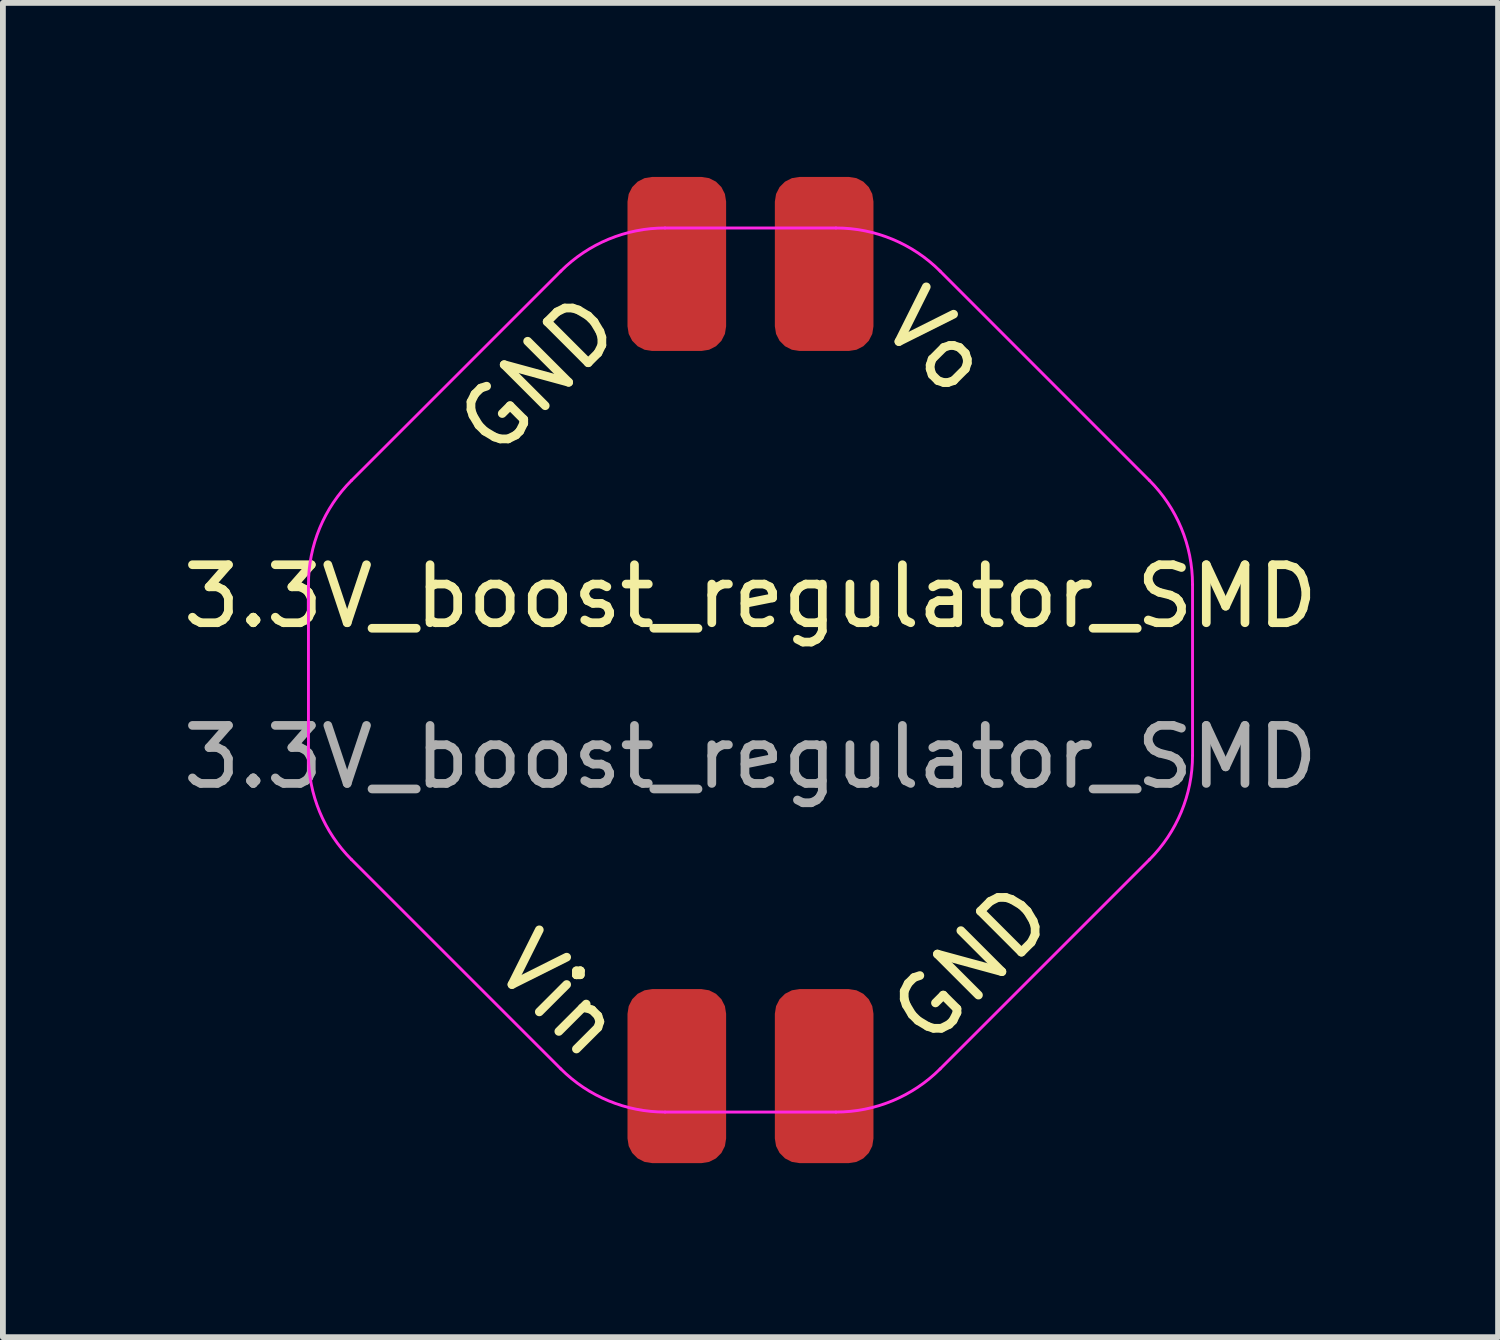
<source format=kicad_pcb>
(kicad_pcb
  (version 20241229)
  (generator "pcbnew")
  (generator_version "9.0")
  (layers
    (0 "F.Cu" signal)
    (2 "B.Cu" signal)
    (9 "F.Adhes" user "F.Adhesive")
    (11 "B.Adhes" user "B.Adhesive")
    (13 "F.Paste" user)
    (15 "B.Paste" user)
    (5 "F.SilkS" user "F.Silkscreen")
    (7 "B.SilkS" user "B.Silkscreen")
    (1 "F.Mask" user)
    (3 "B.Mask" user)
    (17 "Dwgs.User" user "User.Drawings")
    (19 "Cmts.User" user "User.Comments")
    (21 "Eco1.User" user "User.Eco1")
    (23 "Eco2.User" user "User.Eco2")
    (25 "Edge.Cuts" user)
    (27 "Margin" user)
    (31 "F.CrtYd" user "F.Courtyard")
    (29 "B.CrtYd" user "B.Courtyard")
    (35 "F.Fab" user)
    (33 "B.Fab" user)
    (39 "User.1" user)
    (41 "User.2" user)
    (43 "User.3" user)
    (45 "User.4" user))
  (footprint "3.3V_boost_regulator_SMD"
    (layer "F.Cu")
    (at 9.887 8.5)
    (property "Reference" "3.3V_boost_regulator_SMD" (at 0 -1.27 0) (unlocked yes) (layer "F.SilkS") (effects (font (size 1 1) (thickness 0.15))))
    (attr smd)
    (fp_line (start -7.62 -1.473) (end -7.62 1.473) (stroke (width 0.05) (type solid)) (layer "F.CrtYd"))
    (fp_line (start -6.876 3.269) (end -3.269 6.876) (stroke (width 0.05) (type solid)) (layer "F.CrtYd"))
    (fp_line (start -3.269 -6.876) (end -6.876 -3.269) (stroke (width 0.05) (type solid)) (layer "F.CrtYd"))
    (fp_line (start -1.473 7.62) (end 1.473 7.62) (stroke (width 0.05) (type solid)) (layer "F.CrtYd"))
    (fp_line (start 1.473 -7.62) (end -1.473 -7.62) (stroke (width 0.05) (type solid)) (layer "F.CrtYd"))
    (fp_line (start 3.269 6.876) (end 6.876 3.269) (stroke (width 0.05) (type solid)) (layer "F.CrtYd"))
    (fp_line (start 6.876 -3.269) (end 3.269 -6.876) (stroke (width 0.05) (type solid)) (layer "F.CrtYd"))
    (fp_line (start 7.62 1.473) (end 7.62 -1.473) (stroke (width 0.05) (type solid)) (layer "F.CrtYd"))
    (fp_arc (start -7.62 -1.4732) (mid -7.426654 -2.445216) (end -6.876051 -3.269251) (stroke (width 0.05) (type solid)) (layer "F.CrtYd"))
    (fp_arc (start -6.876051 3.269251) (mid -7.426653 2.445216) (end -7.62 1.4732) (stroke (width 0.05) (type solid)) (layer "F.CrtYd"))
    (fp_arc (start -3.269251 -6.876051) (mid -2.445216 -7.426653) (end -1.4732 -7.62) (stroke (width 0.05) (type solid)) (layer "F.CrtYd"))
    (fp_arc (start -1.4732 7.62) (mid -2.445216 7.426654) (end -3.269251 6.876051) (stroke (width 0.05) (type solid)) (layer "F.CrtYd"))
    (fp_arc (start 1.4732 -7.62) (mid 2.445216 -7.426654) (end 3.269251 -6.876051) (stroke (width 0.05) (type solid)) (layer "F.CrtYd"))
    (fp_arc (start 3.269251 6.876051) (mid 2.445216 7.426653) (end 1.4732 7.62) (stroke (width 0.05) (type solid)) (layer "F.CrtYd"))
    (fp_arc (start 6.876051 -3.269251) (mid 7.426653 -2.445216) (end 7.62 -1.4732) (stroke (width 0.05) (type solid)) (layer "F.CrtYd"))
    (fp_arc (start 7.62 1.4732) (mid 7.426654 2.445216) (end 6.876051 3.269251) (stroke (width 0.05) (type solid)) (layer "F.CrtYd"))
    (fp_rect (start 1.658 1.997) (end 3.408 0.547) (stroke (width 0.15) (type solid)) (fill no) (layer "User.1"))
    (fp_text user "Vin" (at -3.302 5.588 315) (unlocked yes) (layer "F.SilkS") (effects (font (size 1 1) (thickness 0.15))))
    (fp_text user "GND" (at 3.81 5.08 45) (unlocked yes) (layer "F.SilkS") (effects (font (size 1 1) (thickness 0.15))))
    (fp_text user "Vo" (at 3.2 -5.664 315) (unlocked yes) (layer "F.SilkS") (effects (font (size 1 1) (thickness 0.15))))
    (fp_text user "GND" (at -3.658 -5.08 45) (unlocked yes) (layer "F.SilkS") (effects (font (size 1 1) (thickness 0.15))))
    (fp_text user "${REFERENCE}" (at 0 1.5 0) (unlocked yes) (layer "F.Fab") (effects (font (size 1 1) (thickness 0.15))))
    (pad "1" smd roundrect (at -1.27 -7) (size 1.7 3) (layers "F.Cu" "F.Mask" "F.Paste") (roundrect_rratio 0.25))
    (pad "1" smd roundrect (at 1.27 7 180) (size 1.7 3) (layers "F.Cu" "F.Mask" "F.Paste") (roundrect_rratio 0.25))
    (pad "2" smd roundrect (at -1.27 7 180) (size 1.7 3) (layers "F.Cu" "F.Mask" "F.Paste") (roundrect_rratio 0.25))
    (pad "3" smd roundrect (at 1.27 -7) (size 1.7 3) (layers "F.Cu" "F.Mask" "F.Paste") (roundrect_rratio 0.25)))
  (gr_rect
    (start -3 -3)
    (end 22.774 20)
    (stroke (width 0.1) (type default))
    (fill no)
    (layer "Edge.Cuts")))
</source>
